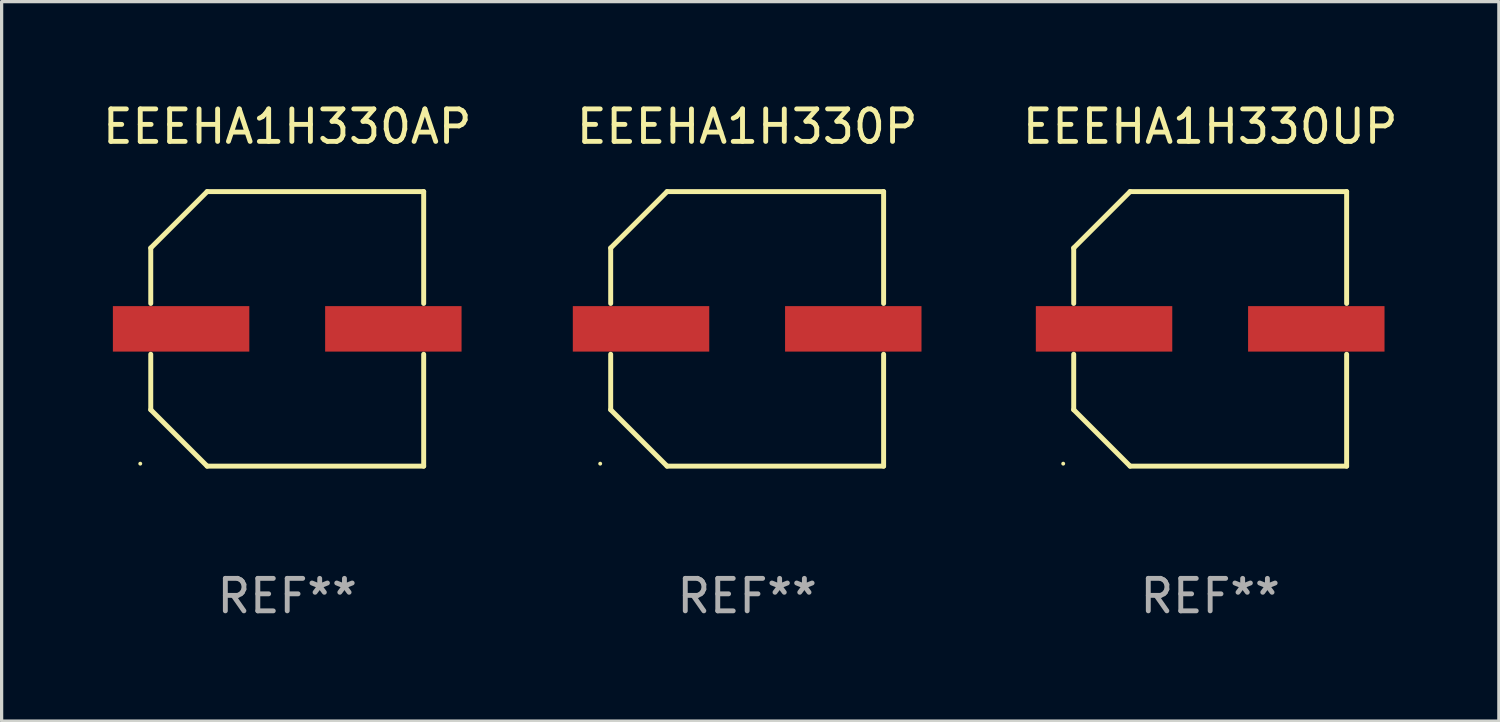
<source format=kicad_pcb>
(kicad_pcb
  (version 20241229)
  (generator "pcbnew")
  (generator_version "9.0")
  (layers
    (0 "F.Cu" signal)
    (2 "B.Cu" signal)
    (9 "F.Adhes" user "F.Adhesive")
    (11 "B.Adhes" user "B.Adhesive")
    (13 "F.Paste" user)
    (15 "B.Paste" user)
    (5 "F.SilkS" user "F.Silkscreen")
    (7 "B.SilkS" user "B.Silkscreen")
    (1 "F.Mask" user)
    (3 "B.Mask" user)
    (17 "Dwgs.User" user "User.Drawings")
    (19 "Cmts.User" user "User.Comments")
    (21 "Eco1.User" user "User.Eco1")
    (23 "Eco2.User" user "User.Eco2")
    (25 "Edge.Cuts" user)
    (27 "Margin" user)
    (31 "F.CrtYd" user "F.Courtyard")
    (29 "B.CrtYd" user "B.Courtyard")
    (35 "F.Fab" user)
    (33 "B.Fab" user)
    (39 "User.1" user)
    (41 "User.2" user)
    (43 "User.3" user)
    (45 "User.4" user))
  (footprint "EEEHA1H330P"
    (layer "F.Cu")
    (at 19.951 7.074)
    (property "Reference" "EEEHA1H330P" (at 0 -6.226 0) (layer "F.SilkS") (effects (font (size 1 1) (thickness 0.15))))
    (attr through_hole)
    (fp_line (start -4.201 -2.49) (end -4.201 -0.782) (stroke (width 0.152) (type solid)) (layer "F.SilkS"))
    (fp_line (start -4.201 2.49) (end -4.201 0.782) (stroke (width 0.152) (type solid)) (layer "F.SilkS"))
    (fp_line (start -2.465 -4.226) (end -4.201 -2.49) (stroke (width 0.152) (type solid)) (layer "F.SilkS"))
    (fp_line (start -2.465 4.226) (end -4.201 2.49) (stroke (width 0.152) (type solid)) (layer "F.SilkS"))
    (fp_line (start 4.201 -4.226) (end -2.465 -4.226) (stroke (width 0.152) (type solid)) (layer "F.SilkS"))
    (fp_line (start 4.201 -0.782) (end 4.201 -4.226) (stroke (width 0.152) (type solid)) (layer "F.SilkS"))
    (fp_line (start 4.201 0.782) (end 4.201 4.226) (stroke (width 0.152) (type solid)) (layer "F.SilkS"))
    (fp_line (start 4.201 4.226) (end -2.465 4.226) (stroke (width 0.152) (type solid)) (layer "F.SilkS"))
    (fp_circle (center -4.524 4.15) (end -4.494 4.15) (stroke (width 0.06) (type solid)) (fill no) (layer "F.SilkS"))
    (fp_text user "REF**" (at 0 8.226 0) (layer "F.Fab") (effects (font (size 1 1) (thickness 0.15))))
    (pad "1" smd rect (at -3.267 0) (size 4.2 1.4) (layers "F.Cu" "F.Mask" "F.Paste"))
    (pad "2" smd rect (at 3.267 0) (size 4.2 1.4) (layers "F.Cu" "F.Mask" "F.Paste")))
  (footprint "EEEHA1H330AP"
    (layer "F.Cu")
    (at 5.792 7.074)
    (property "Reference" "EEEHA1H330AP" (at 0 -6.226 0) (layer "F.SilkS") (effects (font (size 1 1) (thickness 0.15))))
    (attr through_hole)
    (fp_line (start -4.201 -2.49) (end -4.201 -0.782) (stroke (width 0.152) (type solid)) (layer "F.SilkS"))
    (fp_line (start -4.201 2.49) (end -4.201 0.782) (stroke (width 0.152) (type solid)) (layer "F.SilkS"))
    (fp_line (start -2.465 -4.226) (end -4.201 -2.49) (stroke (width 0.152) (type solid)) (layer "F.SilkS"))
    (fp_line (start -2.465 4.226) (end -4.201 2.49) (stroke (width 0.152) (type solid)) (layer "F.SilkS"))
    (fp_line (start 4.201 -4.226) (end -2.465 -4.226) (stroke (width 0.152) (type solid)) (layer "F.SilkS"))
    (fp_line (start 4.201 -0.782) (end 4.201 -4.226) (stroke (width 0.152) (type solid)) (layer "F.SilkS"))
    (fp_line (start 4.201 0.782) (end 4.201 4.226) (stroke (width 0.152) (type solid)) (layer "F.SilkS"))
    (fp_line (start 4.201 4.226) (end -2.465 4.226) (stroke (width 0.152) (type solid)) (layer "F.SilkS"))
    (fp_circle (center -4.524 4.15) (end -4.494 4.15) (stroke (width 0.06) (type solid)) (fill no) (layer "F.SilkS"))
    (fp_text user "REF**" (at 0 8.226 0) (layer "F.Fab") (effects (font (size 1 1) (thickness 0.15))))
    (pad "1" smd rect (at -3.267 0) (size 4.2 1.4) (layers "F.Cu" "F.Mask" "F.Paste"))
    (pad "2" smd rect (at 3.267 0) (size 4.2 1.4) (layers "F.Cu" "F.Mask" "F.Paste")))
  (footprint "EEEHA1H330UP"
    (layer "F.Cu")
    (at 34.205 7.074)
    (property "Reference" "EEEHA1H330UP" (at 0 -6.226 0) (layer "F.SilkS") (effects (font (size 1 1) (thickness 0.15))))
    (attr through_hole)
    (fp_line (start -4.201 -2.49) (end -4.201 -0.782) (stroke (width 0.152) (type solid)) (layer "F.SilkS"))
    (fp_line (start -4.201 2.49) (end -4.201 0.782) (stroke (width 0.152) (type solid)) (layer "F.SilkS"))
    (fp_line (start -2.465 -4.226) (end -4.201 -2.49) (stroke (width 0.152) (type solid)) (layer "F.SilkS"))
    (fp_line (start -2.465 4.226) (end -4.201 2.49) (stroke (width 0.152) (type solid)) (layer "F.SilkS"))
    (fp_line (start 4.201 -4.226) (end -2.465 -4.226) (stroke (width 0.152) (type solid)) (layer "F.SilkS"))
    (fp_line (start 4.201 -0.782) (end 4.201 -4.226) (stroke (width 0.152) (type solid)) (layer "F.SilkS"))
    (fp_line (start 4.201 0.782) (end 4.201 4.226) (stroke (width 0.152) (type solid)) (layer "F.SilkS"))
    (fp_line (start 4.201 4.226) (end -2.465 4.226) (stroke (width 0.152) (type solid)) (layer "F.SilkS"))
    (fp_circle (center -4.524 4.15) (end -4.494 4.15) (stroke (width 0.06) (type solid)) (fill no) (layer "F.SilkS"))
    (fp_text user "REF**" (at 0 8.226 0) (layer "F.Fab") (effects (font (size 1 1) (thickness 0.15))))
    (pad "1" smd rect (at -3.267 0) (size 4.2 1.4) (layers "F.Cu" "F.Mask" "F.Paste"))
    (pad "2" smd rect (at 3.267 0) (size 4.2 1.4) (layers "F.Cu" "F.Mask" "F.Paste")))
  (gr_rect
    (start -3 -3)
    (end 43.092 19.149)
    (stroke (width 0.1) (type default))
    (fill no)
    (layer "Edge.Cuts")))
</source>
